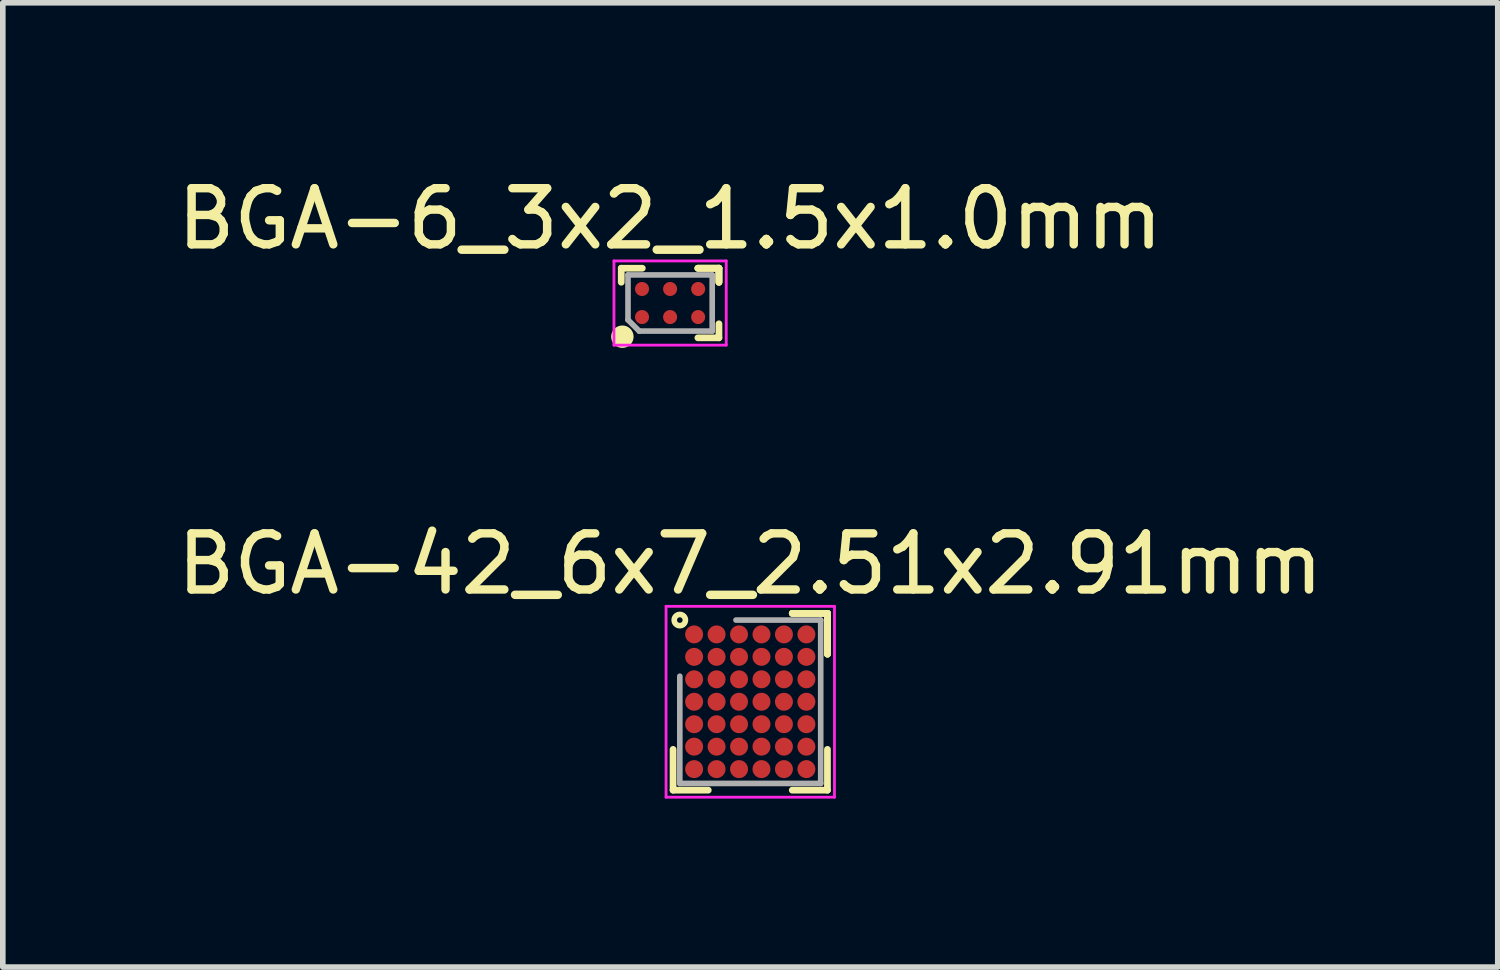
<source format=kicad_pcb>
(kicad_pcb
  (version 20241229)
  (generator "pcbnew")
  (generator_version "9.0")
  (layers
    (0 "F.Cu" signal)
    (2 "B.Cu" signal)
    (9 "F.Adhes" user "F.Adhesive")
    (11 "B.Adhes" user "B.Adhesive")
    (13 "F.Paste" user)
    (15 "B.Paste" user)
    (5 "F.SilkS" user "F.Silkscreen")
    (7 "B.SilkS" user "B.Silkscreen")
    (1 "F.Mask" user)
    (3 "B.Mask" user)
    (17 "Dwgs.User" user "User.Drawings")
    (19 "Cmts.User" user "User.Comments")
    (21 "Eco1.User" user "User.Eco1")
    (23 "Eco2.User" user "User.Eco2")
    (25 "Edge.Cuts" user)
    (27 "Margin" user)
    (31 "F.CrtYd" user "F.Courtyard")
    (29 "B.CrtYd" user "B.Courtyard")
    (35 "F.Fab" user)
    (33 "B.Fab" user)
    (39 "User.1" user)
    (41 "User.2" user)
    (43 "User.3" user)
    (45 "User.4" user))
  (footprint "BGA-6_3x2_1.5x1.0mm"
    (layer "F.Cu")
    (at 8.887 2.348)
    (property "Reference" "BGA-6_3x2_1.5x1.0mm" (at 0 -1.5 0) (layer "F.SilkS") (effects (font (size 1 1) (thickness 0.15))))
    (attr smd)
    (fp_line (start -0.87 -0.37) (end -0.87 -0.62) (stroke (width 0.12) (type solid)) (layer "F.SilkS"))
    (fp_line (start -0.495 -0.62) (end -0.87 -0.62) (stroke (width 0.12) (type solid)) (layer "F.SilkS"))
    (fp_line (start 0.495 -0.62) (end 0.87 -0.62) (stroke (width 0.12) (type solid)) (layer "F.SilkS"))
    (fp_line (start 0.495 -0.62) (end 0.87 -0.62) (stroke (width 0.12) (type solid)) (layer "F.SilkS"))
    (fp_line (start 0.495 -0.62) (end 0.87 -0.62) (stroke (width 0.12) (type solid)) (layer "F.SilkS"))
    (fp_line (start 0.495 0.62) (end 0.87 0.62) (stroke (width 0.12) (type solid)) (layer "F.SilkS"))
    (fp_line (start 0.87 -0.62) (end 0.87 -0.37) (stroke (width 0.12) (type solid)) (layer "F.SilkS"))
    (fp_line (start 0.87 -0.62) (end 0.87 -0.37) (stroke (width 0.12) (type solid)) (layer "F.SilkS"))
    (fp_line (start 0.87 -0.62) (end 0.87 -0.37) (stroke (width 0.12) (type solid)) (layer "F.SilkS"))
    (fp_line (start 0.87 0.62) (end 0.87 0.37) (stroke (width 0.12) (type solid)) (layer "F.SilkS"))
    (fp_circle (center -0.85 0.6) (end -0.85 0.7) (stroke (width 0.2) (type solid)) (fill no) (layer "F.SilkS"))
    (fp_line (start -1 -0.75) (end 1 -0.75) (stroke (width 0.05) (type solid)) (layer "F.CrtYd"))
    (fp_line (start -1 0.75) (end -1 -0.75) (stroke (width 0.05) (type solid)) (layer "F.CrtYd"))
    (fp_line (start 1 -0.75) (end 1 0.75) (stroke (width 0.05) (type solid)) (layer "F.CrtYd"))
    (fp_line (start 1 0.75) (end -1 0.75) (stroke (width 0.05) (type solid)) (layer "F.CrtYd"))
    (fp_line (start -0.75 -0.5) (end -0.75 0.3) (stroke (width 0.1) (type solid)) (layer "F.Fab"))
    (fp_line (start -0.75 0.3) (end -0.55 0.5) (stroke (width 0.1) (type solid)) (layer "F.Fab"))
    (fp_line (start -0.55 0.5) (end 0.75 0.5) (stroke (width 0.1) (type solid)) (layer "F.Fab"))
    (fp_line (start 0.75 -0.5) (end -0.75 -0.5) (stroke (width 0.1) (type solid)) (layer "F.Fab"))
    (fp_line (start 0.75 0.5) (end 0.75 -0.5) (stroke (width 0.1) (type solid)) (layer "F.Fab"))
    (pad "A1" smd circle (at -0.5 0.25) (size 0.25 0.25) (layers "F.Cu" "F.Mask" "F.Paste"))
    (pad "A2" smd circle (at -0.5 -0.25) (size 0.25 0.25) (layers "F.Cu" "F.Mask" "F.Paste"))
    (pad "B1" smd circle (at 0 0.25) (size 0.25 0.25) (layers "F.Cu" "F.Mask" "F.Paste"))
    (pad "B2" smd circle (at 0 -0.25) (size 0.25 0.25) (layers "F.Cu" "F.Mask" "F.Paste"))
    (pad "C1" smd circle (at 0.5 0.25) (size 0.25 0.25) (layers "F.Cu" "F.Mask" "F.Paste"))
    (pad "C2" smd circle (at 0.5 -0.25) (size 0.25 0.25) (layers "F.Cu" "F.Mask" "F.Paste")))
  (footprint "BGA-42_6x7_2.51x2.91mm"
    (layer "F.Cu")
    (at 10.315 9.451)
    (property "Reference" "BGA-42_6x7_2.51x2.91mm" (at 0 -2.455 0) (layer "F.SilkS") (effects (font (size 1 1) (thickness 0.15))))
    (attr smd)
    (fp_line (start -1.375 1.575) (end -1.375 0.848) (stroke (width 0.12) (type solid)) (layer "F.SilkS"))
    (fp_line (start -0.748 1.575) (end -1.375 1.575) (stroke (width 0.12) (type solid)) (layer "F.SilkS"))
    (fp_line (start 0.748 -1.575) (end 1.375 -1.575) (stroke (width 0.12) (type solid)) (layer "F.SilkS"))
    (fp_line (start 0.748 -1.575) (end 1.375 -1.575) (stroke (width 0.12) (type solid)) (layer "F.SilkS"))
    (fp_line (start 0.748 -1.575) (end 1.375 -1.575) (stroke (width 0.12) (type solid)) (layer "F.SilkS"))
    (fp_line (start 0.748 1.575) (end 1.375 1.575) (stroke (width 0.12) (type solid)) (layer "F.SilkS"))
    (fp_line (start 1.375 -1.575) (end 1.375 -0.848) (stroke (width 0.12) (type solid)) (layer "F.SilkS"))
    (fp_line (start 1.375 -1.575) (end 1.375 -0.848) (stroke (width 0.12) (type solid)) (layer "F.SilkS"))
    (fp_line (start 1.375 -1.575) (end 1.375 -0.848) (stroke (width 0.12) (type solid)) (layer "F.SilkS"))
    (fp_line (start 1.375 1.575) (end 1.375 0.848) (stroke (width 0.12) (type solid)) (layer "F.SilkS"))
    (fp_circle (center -1.255 -1.455) (end -1.155 -1.455) (stroke (width 0.1) (type solid)) (fill no) (layer "F.SilkS"))
    (fp_line (start -1.5 -1.7) (end 1.5 -1.7) (stroke (width 0.05) (type solid)) (layer "F.CrtYd"))
    (fp_line (start -1.5 1.7) (end -1.5 -1.7) (stroke (width 0.05) (type solid)) (layer "F.CrtYd"))
    (fp_line (start 1.5 -1.7) (end 1.5 1.7) (stroke (width 0.05) (type solid)) (layer "F.CrtYd"))
    (fp_line (start 1.5 1.7) (end -1.5 1.7) (stroke (width 0.05) (type solid)) (layer "F.CrtYd"))
    (fp_line (start -1.255 -0.455) (end -1.255 1.455) (stroke (width 0.1) (type solid)) (layer "F.Fab"))
    (fp_line (start -1.255 1.455) (end 1.255 1.455) (stroke (width 0.1) (type solid)) (layer "F.Fab"))
    (fp_line (start 1.255 -1.455) (end -0.255 -1.455) (stroke (width 0.1) (type solid)) (layer "F.Fab"))
    (fp_line (start 1.255 1.455) (end 1.255 -1.455) (stroke (width 0.1) (type solid)) (layer "F.Fab"))
    (pad "A1" smd circle (at -1 -1.2) (size 0.32 0.32) (layers "F.Cu" "F.Mask" "F.Paste"))
    (pad "A2" smd circle (at -0.6 -1.2) (size 0.32 0.32) (layers "F.Cu" "F.Mask" "F.Paste"))
    (pad "A3" smd circle (at -0.2 -1.2) (size 0.32 0.32) (layers "F.Cu" "F.Mask" "F.Paste"))
    (pad "A4" smd circle (at 0.2 -1.2) (size 0.32 0.32) (layers "F.Cu" "F.Mask" "F.Paste"))
    (pad "A5" smd circle (at 0.6 -1.2) (size 0.32 0.32) (layers "F.Cu" "F.Mask" "F.Paste"))
    (pad "A6" smd circle (at 1 -1.2) (size 0.32 0.32) (layers "F.Cu" "F.Mask" "F.Paste"))
    (pad "B1" smd circle (at -1 -0.8) (size 0.32 0.32) (layers "F.Cu" "F.Mask" "F.Paste"))
    (pad "B2" smd circle (at -0.6 -0.8) (size 0.32 0.32) (layers "F.Cu" "F.Mask" "F.Paste"))
    (pad "B3" smd circle (at -0.2 -0.8) (size 0.32 0.32) (layers "F.Cu" "F.Mask" "F.Paste"))
    (pad "B4" smd circle (at 0.2 -0.8) (size 0.32 0.32) (layers "F.Cu" "F.Mask" "F.Paste"))
    (pad "B5" smd circle (at 0.6 -0.8) (size 0.32 0.32) (layers "F.Cu" "F.Mask" "F.Paste"))
    (pad "B6" smd circle (at 1 -0.8) (size 0.32 0.32) (layers "F.Cu" "F.Mask" "F.Paste"))
    (pad "C1" smd circle (at -1 -0.4) (size 0.32 0.32) (layers "F.Cu" "F.Mask" "F.Paste"))
    (pad "C2" smd circle (at -0.6 -0.4) (size 0.32 0.32) (layers "F.Cu" "F.Mask" "F.Paste"))
    (pad "C3" smd circle (at -0.2 -0.4) (size 0.32 0.32) (layers "F.Cu" "F.Mask" "F.Paste"))
    (pad "C4" smd circle (at 0.2 -0.4) (size 0.32 0.32) (layers "F.Cu" "F.Mask" "F.Paste"))
    (pad "C5" smd circle (at 0.6 -0.4) (size 0.32 0.32) (layers "F.Cu" "F.Mask" "F.Paste"))
    (pad "C6" smd circle (at 1 -0.4) (size 0.32 0.32) (layers "F.Cu" "F.Mask" "F.Paste"))
    (pad "D1" smd circle (at -1 0) (size 0.32 0.32) (layers "F.Cu" "F.Mask" "F.Paste"))
    (pad "D2" smd circle (at -0.6 0) (size 0.32 0.32) (layers "F.Cu" "F.Mask" "F.Paste"))
    (pad "D3" smd circle (at -0.2 0) (size 0.32 0.32) (layers "F.Cu" "F.Mask" "F.Paste"))
    (pad "D4" smd circle (at 0.2 0) (size 0.32 0.32) (layers "F.Cu" "F.Mask" "F.Paste"))
    (pad "D5" smd circle (at 0.6 0) (size 0.32 0.32) (layers "F.Cu" "F.Mask" "F.Paste"))
    (pad "D6" smd circle (at 1 0) (size 0.32 0.32) (layers "F.Cu" "F.Mask" "F.Paste"))
    (pad "E1" smd circle (at -1 0.4) (size 0.32 0.32) (layers "F.Cu" "F.Mask" "F.Paste"))
    (pad "E2" smd circle (at -0.6 0.4) (size 0.32 0.32) (layers "F.Cu" "F.Mask" "F.Paste"))
    (pad "E3" smd circle (at -0.2 0.4) (size 0.32 0.32) (layers "F.Cu" "F.Mask" "F.Paste"))
    (pad "E4" smd circle (at 0.2 0.4) (size 0.32 0.32) (layers "F.Cu" "F.Mask" "F.Paste"))
    (pad "E5" smd circle (at 0.6 0.4) (size 0.32 0.32) (layers "F.Cu" "F.Mask" "F.Paste"))
    (pad "E6" smd circle (at 1 0.4) (size 0.32 0.32) (layers "F.Cu" "F.Mask" "F.Paste"))
    (pad "F1" smd circle (at -1 0.8) (size 0.32 0.32) (layers "F.Cu" "F.Mask" "F.Paste"))
    (pad "F2" smd circle (at -0.6 0.8) (size 0.32 0.32) (layers "F.Cu" "F.Mask" "F.Paste"))
    (pad "F3" smd circle (at -0.2 0.8) (size 0.32 0.32) (layers "F.Cu" "F.Mask" "F.Paste"))
    (pad "F4" smd circle (at 0.2 0.8) (size 0.32 0.32) (layers "F.Cu" "F.Mask" "F.Paste"))
    (pad "F5" smd circle (at 0.6 0.8) (size 0.32 0.32) (layers "F.Cu" "F.Mask" "F.Paste"))
    (pad "F6" smd circle (at 1 0.8) (size 0.32 0.32) (layers "F.Cu" "F.Mask" "F.Paste"))
    (pad "G1" smd circle (at -1 1.2) (size 0.32 0.32) (layers "F.Cu" "F.Mask" "F.Paste"))
    (pad "G2" smd circle (at -0.6 1.2) (size 0.32 0.32) (layers "F.Cu" "F.Mask" "F.Paste"))
    (pad "G3" smd circle (at -0.2 1.2) (size 0.32 0.32) (layers "F.Cu" "F.Mask" "F.Paste"))
    (pad "G4" smd circle (at 0.2 1.2) (size 0.32 0.32) (layers "F.Cu" "F.Mask" "F.Paste"))
    (pad "G5" smd circle (at 0.6 1.2) (size 0.32 0.32) (layers "F.Cu" "F.Mask" "F.Paste"))
    (pad "G6" smd circle (at 1 1.2) (size 0.32 0.32) (layers "F.Cu" "F.Mask" "F.Paste")))
  (gr_rect
    (start -3 -3)
    (end 23.631 14.177)
    (stroke (width 0.1) (type default))
    (fill no)
    (layer "Edge.Cuts")))
</source>
